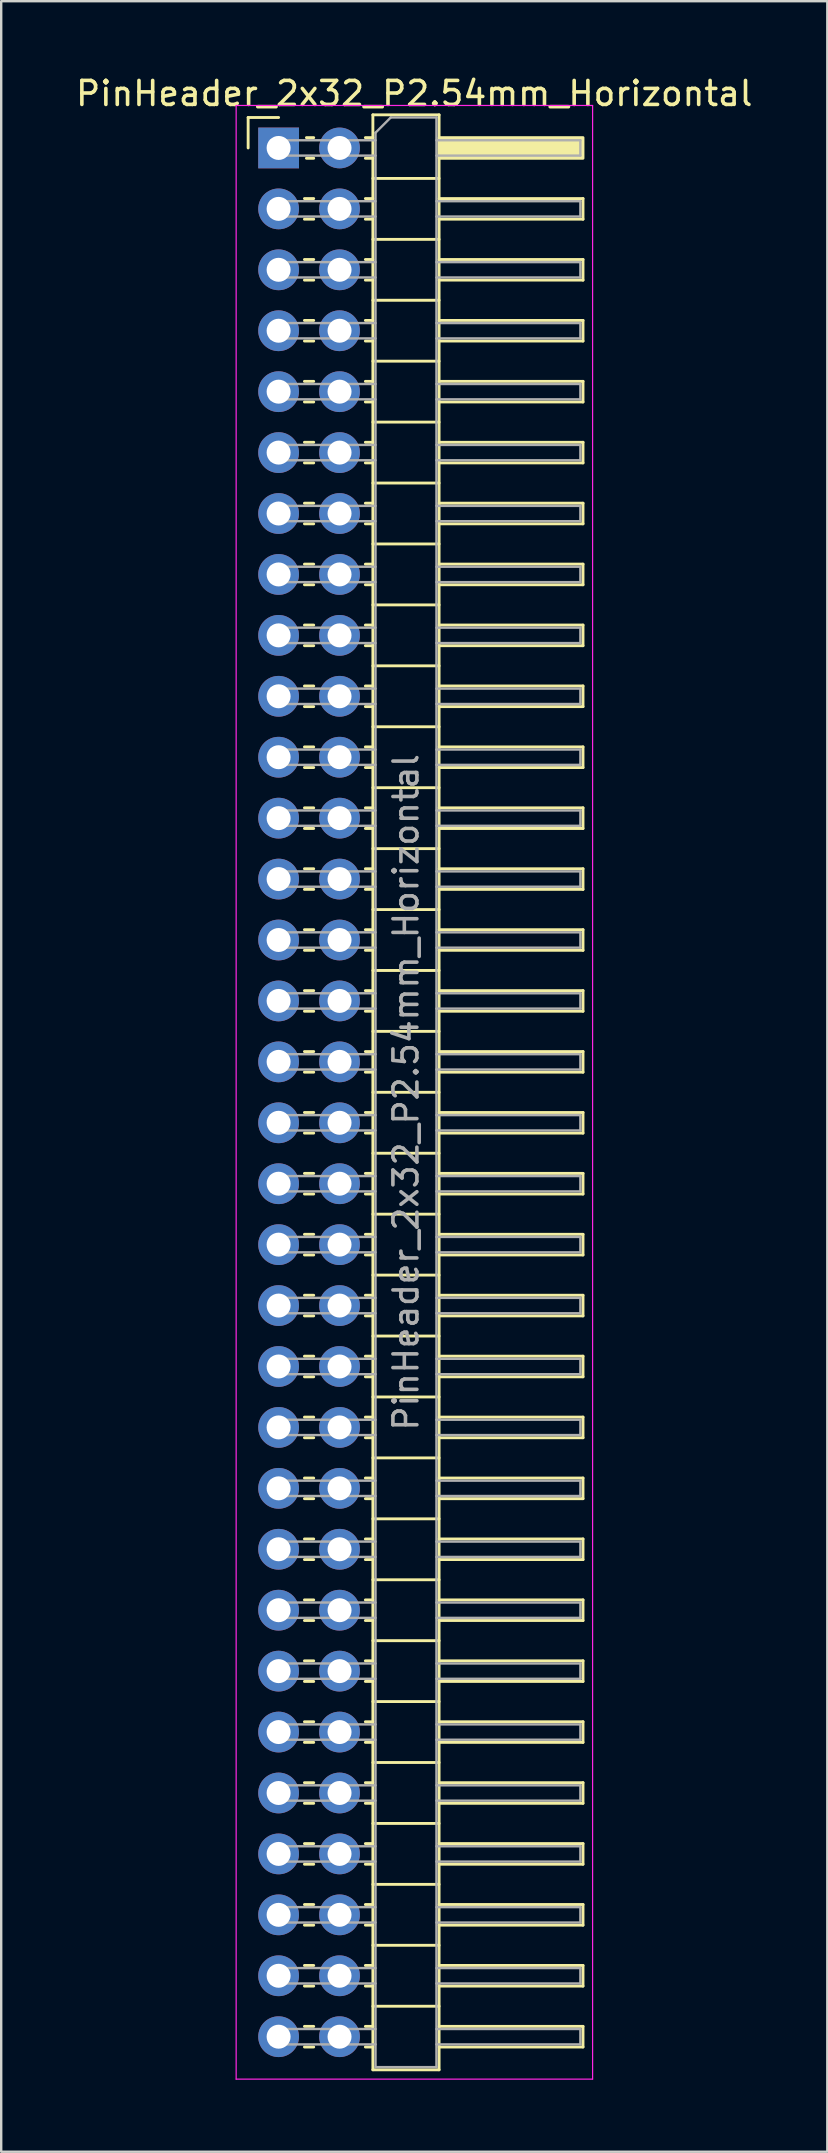
<source format=kicad_pcb>
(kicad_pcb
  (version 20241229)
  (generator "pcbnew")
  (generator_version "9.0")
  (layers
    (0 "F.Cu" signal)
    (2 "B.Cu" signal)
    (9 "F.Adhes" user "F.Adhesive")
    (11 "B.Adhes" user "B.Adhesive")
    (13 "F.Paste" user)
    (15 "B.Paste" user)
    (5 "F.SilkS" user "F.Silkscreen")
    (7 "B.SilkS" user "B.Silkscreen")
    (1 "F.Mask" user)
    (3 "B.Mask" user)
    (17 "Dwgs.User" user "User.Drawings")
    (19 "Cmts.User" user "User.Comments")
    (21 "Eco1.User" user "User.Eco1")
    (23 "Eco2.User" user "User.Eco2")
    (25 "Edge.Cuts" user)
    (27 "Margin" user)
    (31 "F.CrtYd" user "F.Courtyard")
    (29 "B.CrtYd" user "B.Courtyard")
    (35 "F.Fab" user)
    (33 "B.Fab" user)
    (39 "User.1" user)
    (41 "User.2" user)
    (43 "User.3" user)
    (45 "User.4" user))
  (footprint "PinHeader_2x32_P2.54mm_Horizontal"
    (layer "F.Cu")
    (at 8.565 3.118)
    (property "Reference" "PinHeader_2x32_P2.54mm_Horizontal" (at 5.655 -2.27 0) (layer "F.SilkS") (effects (font (size 1 1) (thickness 0.15))))
    (attr through_hole)
    (fp_line (start -1.27 -1.27) (end 0 -1.27) (stroke (width 0.12) (type solid)) (layer "F.SilkS"))
    (fp_line (start -1.27 0) (end -1.27 -1.27) (stroke (width 0.12) (type solid)) (layer "F.SilkS"))
    (fp_line (start 1.077 2.11) (end 1.463 2.11) (stroke (width 0.12) (type solid)) (layer "F.SilkS"))
    (fp_line (start 1.077 2.97) (end 1.463 2.97) (stroke (width 0.12) (type solid)) (layer "F.SilkS"))
    (fp_line (start 1.077 4.65) (end 1.463 4.65) (stroke (width 0.12) (type solid)) (layer "F.SilkS"))
    (fp_line (start 1.077 5.51) (end 1.463 5.51) (stroke (width 0.12) (type solid)) (layer "F.SilkS"))
    (fp_line (start 1.077 7.19) (end 1.463 7.19) (stroke (width 0.12) (type solid)) (layer "F.SilkS"))
    (fp_line (start 1.077 8.05) (end 1.463 8.05) (stroke (width 0.12) (type solid)) (layer "F.SilkS"))
    (fp_line (start 1.077 9.73) (end 1.463 9.73) (stroke (width 0.12) (type solid)) (layer "F.SilkS"))
    (fp_line (start 1.077 10.59) (end 1.463 10.59) (stroke (width 0.12) (type solid)) (layer "F.SilkS"))
    (fp_line (start 1.077 12.27) (end 1.463 12.27) (stroke (width 0.12) (type solid)) (layer "F.SilkS"))
    (fp_line (start 1.077 13.13) (end 1.463 13.13) (stroke (width 0.12) (type solid)) (layer "F.SilkS"))
    (fp_line (start 1.077 14.81) (end 1.463 14.81) (stroke (width 0.12) (type solid)) (layer "F.SilkS"))
    (fp_line (start 1.077 15.67) (end 1.463 15.67) (stroke (width 0.12) (type solid)) (layer "F.SilkS"))
    (fp_line (start 1.077 17.35) (end 1.463 17.35) (stroke (width 0.12) (type solid)) (layer "F.SilkS"))
    (fp_line (start 1.077 18.21) (end 1.463 18.21) (stroke (width 0.12) (type solid)) (layer "F.SilkS"))
    (fp_line (start 1.077 19.89) (end 1.463 19.89) (stroke (width 0.12) (type solid)) (layer "F.SilkS"))
    (fp_line (start 1.077 20.75) (end 1.463 20.75) (stroke (width 0.12) (type solid)) (layer "F.SilkS"))
    (fp_line (start 1.077 22.43) (end 1.463 22.43) (stroke (width 0.12) (type solid)) (layer "F.SilkS"))
    (fp_line (start 1.077 23.29) (end 1.463 23.29) (stroke (width 0.12) (type solid)) (layer "F.SilkS"))
    (fp_line (start 1.077 24.97) (end 1.463 24.97) (stroke (width 0.12) (type solid)) (layer "F.SilkS"))
    (fp_line (start 1.077 25.83) (end 1.463 25.83) (stroke (width 0.12) (type solid)) (layer "F.SilkS"))
    (fp_line (start 1.077 27.51) (end 1.463 27.51) (stroke (width 0.12) (type solid)) (layer "F.SilkS"))
    (fp_line (start 1.077 28.37) (end 1.463 28.37) (stroke (width 0.12) (type solid)) (layer "F.SilkS"))
    (fp_line (start 1.077 30.05) (end 1.463 30.05) (stroke (width 0.12) (type solid)) (layer "F.SilkS"))
    (fp_line (start 1.077 30.91) (end 1.463 30.91) (stroke (width 0.12) (type solid)) (layer "F.SilkS"))
    (fp_line (start 1.077 32.59) (end 1.463 32.59) (stroke (width 0.12) (type solid)) (layer "F.SilkS"))
    (fp_line (start 1.077 33.45) (end 1.463 33.45) (stroke (width 0.12) (type solid)) (layer "F.SilkS"))
    (fp_line (start 1.077 35.13) (end 1.463 35.13) (stroke (width 0.12) (type solid)) (layer "F.SilkS"))
    (fp_line (start 1.077 35.99) (end 1.463 35.99) (stroke (width 0.12) (type solid)) (layer "F.SilkS"))
    (fp_line (start 1.077 37.67) (end 1.463 37.67) (stroke (width 0.12) (type solid)) (layer "F.SilkS"))
    (fp_line (start 1.077 38.53) (end 1.463 38.53) (stroke (width 0.12) (type solid)) (layer "F.SilkS"))
    (fp_line (start 1.077 40.21) (end 1.463 40.21) (stroke (width 0.12) (type solid)) (layer "F.SilkS"))
    (fp_line (start 1.077 41.07) (end 1.463 41.07) (stroke (width 0.12) (type solid)) (layer "F.SilkS"))
    (fp_line (start 1.077 42.75) (end 1.463 42.75) (stroke (width 0.12) (type solid)) (layer "F.SilkS"))
    (fp_line (start 1.077 43.61) (end 1.463 43.61) (stroke (width 0.12) (type solid)) (layer "F.SilkS"))
    (fp_line (start 1.077 45.29) (end 1.463 45.29) (stroke (width 0.12) (type solid)) (layer "F.SilkS"))
    (fp_line (start 1.077 46.15) (end 1.463 46.15) (stroke (width 0.12) (type solid)) (layer "F.SilkS"))
    (fp_line (start 1.077 47.83) (end 1.463 47.83) (stroke (width 0.12) (type solid)) (layer "F.SilkS"))
    (fp_line (start 1.077 48.69) (end 1.463 48.69) (stroke (width 0.12) (type solid)) (layer "F.SilkS"))
    (fp_line (start 1.077 50.37) (end 1.463 50.37) (stroke (width 0.12) (type solid)) (layer "F.SilkS"))
    (fp_line (start 1.077 51.23) (end 1.463 51.23) (stroke (width 0.12) (type solid)) (layer "F.SilkS"))
    (fp_line (start 1.077 52.91) (end 1.463 52.91) (stroke (width 0.12) (type solid)) (layer "F.SilkS"))
    (fp_line (start 1.077 53.77) (end 1.463 53.77) (stroke (width 0.12) (type solid)) (layer "F.SilkS"))
    (fp_line (start 1.077 55.45) (end 1.463 55.45) (stroke (width 0.12) (type solid)) (layer "F.SilkS"))
    (fp_line (start 1.077 56.31) (end 1.463 56.31) (stroke (width 0.12) (type solid)) (layer "F.SilkS"))
    (fp_line (start 1.077 57.99) (end 1.463 57.99) (stroke (width 0.12) (type solid)) (layer "F.SilkS"))
    (fp_line (start 1.077 58.85) (end 1.463 58.85) (stroke (width 0.12) (type solid)) (layer "F.SilkS"))
    (fp_line (start 1.077 60.53) (end 1.463 60.53) (stroke (width 0.12) (type solid)) (layer "F.SilkS"))
    (fp_line (start 1.077 61.39) (end 1.463 61.39) (stroke (width 0.12) (type solid)) (layer "F.SilkS"))
    (fp_line (start 1.077 63.07) (end 1.463 63.07) (stroke (width 0.12) (type solid)) (layer "F.SilkS"))
    (fp_line (start 1.077 63.93) (end 1.463 63.93) (stroke (width 0.12) (type solid)) (layer "F.SilkS"))
    (fp_line (start 1.077 65.61) (end 1.463 65.61) (stroke (width 0.12) (type solid)) (layer "F.SilkS"))
    (fp_line (start 1.077 66.47) (end 1.463 66.47) (stroke (width 0.12) (type solid)) (layer "F.SilkS"))
    (fp_line (start 1.077 68.15) (end 1.463 68.15) (stroke (width 0.12) (type solid)) (layer "F.SilkS"))
    (fp_line (start 1.077 69.01) (end 1.463 69.01) (stroke (width 0.12) (type solid)) (layer "F.SilkS"))
    (fp_line (start 1.077 70.69) (end 1.463 70.69) (stroke (width 0.12) (type solid)) (layer "F.SilkS"))
    (fp_line (start 1.077 71.55) (end 1.463 71.55) (stroke (width 0.12) (type solid)) (layer "F.SilkS"))
    (fp_line (start 1.077 73.23) (end 1.463 73.23) (stroke (width 0.12) (type solid)) (layer "F.SilkS"))
    (fp_line (start 1.077 74.09) (end 1.463 74.09) (stroke (width 0.12) (type solid)) (layer "F.SilkS"))
    (fp_line (start 1.077 75.77) (end 1.463 75.77) (stroke (width 0.12) (type solid)) (layer "F.SilkS"))
    (fp_line (start 1.077 76.63) (end 1.463 76.63) (stroke (width 0.12) (type solid)) (layer "F.SilkS"))
    (fp_line (start 1.077 78.31) (end 1.463 78.31) (stroke (width 0.12) (type solid)) (layer "F.SilkS"))
    (fp_line (start 1.077 79.17) (end 1.463 79.17) (stroke (width 0.12) (type solid)) (layer "F.SilkS"))
    (fp_line (start 1.16 -0.43) (end 1.463 -0.43) (stroke (width 0.12) (type solid)) (layer "F.SilkS"))
    (fp_line (start 1.16 0.43) (end 1.463 0.43) (stroke (width 0.12) (type solid)) (layer "F.SilkS"))
    (fp_line (start 3.617 -0.43) (end 3.93 -0.43) (stroke (width 0.12) (type solid)) (layer "F.SilkS"))
    (fp_line (start 3.617 0.43) (end 3.93 0.43) (stroke (width 0.12) (type solid)) (layer "F.SilkS"))
    (fp_line (start 3.617 2.11) (end 3.93 2.11) (stroke (width 0.12) (type solid)) (layer "F.SilkS"))
    (fp_line (start 3.617 2.97) (end 3.93 2.97) (stroke (width 0.12) (type solid)) (layer "F.SilkS"))
    (fp_line (start 3.617 4.65) (end 3.93 4.65) (stroke (width 0.12) (type solid)) (layer "F.SilkS"))
    (fp_line (start 3.617 5.51) (end 3.93 5.51) (stroke (width 0.12) (type solid)) (layer "F.SilkS"))
    (fp_line (start 3.617 7.19) (end 3.93 7.19) (stroke (width 0.12) (type solid)) (layer "F.SilkS"))
    (fp_line (start 3.617 8.05) (end 3.93 8.05) (stroke (width 0.12) (type solid)) (layer "F.SilkS"))
    (fp_line (start 3.617 9.73) (end 3.93 9.73) (stroke (width 0.12) (type solid)) (layer "F.SilkS"))
    (fp_line (start 3.617 10.59) (end 3.93 10.59) (stroke (width 0.12) (type solid)) (layer "F.SilkS"))
    (fp_line (start 3.617 12.27) (end 3.93 12.27) (stroke (width 0.12) (type solid)) (layer "F.SilkS"))
    (fp_line (start 3.617 13.13) (end 3.93 13.13) (stroke (width 0.12) (type solid)) (layer "F.SilkS"))
    (fp_line (start 3.617 14.81) (end 3.93 14.81) (stroke (width 0.12) (type solid)) (layer "F.SilkS"))
    (fp_line (start 3.617 15.67) (end 3.93 15.67) (stroke (width 0.12) (type solid)) (layer "F.SilkS"))
    (fp_line (start 3.617 17.35) (end 3.93 17.35) (stroke (width 0.12) (type solid)) (layer "F.SilkS"))
    (fp_line (start 3.617 18.21) (end 3.93 18.21) (stroke (width 0.12) (type solid)) (layer "F.SilkS"))
    (fp_line (start 3.617 19.89) (end 3.93 19.89) (stroke (width 0.12) (type solid)) (layer "F.SilkS"))
    (fp_line (start 3.617 20.75) (end 3.93 20.75) (stroke (width 0.12) (type solid)) (layer "F.SilkS"))
    (fp_line (start 3.617 22.43) (end 3.93 22.43) (stroke (width 0.12) (type solid)) (layer "F.SilkS"))
    (fp_line (start 3.617 23.29) (end 3.93 23.29) (stroke (width 0.12) (type solid)) (layer "F.SilkS"))
    (fp_line (start 3.617 24.97) (end 3.93 24.97) (stroke (width 0.12) (type solid)) (layer "F.SilkS"))
    (fp_line (start 3.617 25.83) (end 3.93 25.83) (stroke (width 0.12) (type solid)) (layer "F.SilkS"))
    (fp_line (start 3.617 27.51) (end 3.93 27.51) (stroke (width 0.12) (type solid)) (layer "F.SilkS"))
    (fp_line (start 3.617 28.37) (end 3.93 28.37) (stroke (width 0.12) (type solid)) (layer "F.SilkS"))
    (fp_line (start 3.617 30.05) (end 3.93 30.05) (stroke (width 0.12) (type solid)) (layer "F.SilkS"))
    (fp_line (start 3.617 30.91) (end 3.93 30.91) (stroke (width 0.12) (type solid)) (layer "F.SilkS"))
    (fp_line (start 3.617 32.59) (end 3.93 32.59) (stroke (width 0.12) (type solid)) (layer "F.SilkS"))
    (fp_line (start 3.617 33.45) (end 3.93 33.45) (stroke (width 0.12) (type solid)) (layer "F.SilkS"))
    (fp_line (start 3.617 35.13) (end 3.93 35.13) (stroke (width 0.12) (type solid)) (layer "F.SilkS"))
    (fp_line (start 3.617 35.99) (end 3.93 35.99) (stroke (width 0.12) (type solid)) (layer "F.SilkS"))
    (fp_line (start 3.617 37.67) (end 3.93 37.67) (stroke (width 0.12) (type solid)) (layer "F.SilkS"))
    (fp_line (start 3.617 38.53) (end 3.93 38.53) (stroke (width 0.12) (type solid)) (layer "F.SilkS"))
    (fp_line (start 3.617 40.21) (end 3.93 40.21) (stroke (width 0.12) (type solid)) (layer "F.SilkS"))
    (fp_line (start 3.617 41.07) (end 3.93 41.07) (stroke (width 0.12) (type solid)) (layer "F.SilkS"))
    (fp_line (start 3.617 42.75) (end 3.93 42.75) (stroke (width 0.12) (type solid)) (layer "F.SilkS"))
    (fp_line (start 3.617 43.61) (end 3.93 43.61) (stroke (width 0.12) (type solid)) (layer "F.SilkS"))
    (fp_line (start 3.617 45.29) (end 3.93 45.29) (stroke (width 0.12) (type solid)) (layer "F.SilkS"))
    (fp_line (start 3.617 46.15) (end 3.93 46.15) (stroke (width 0.12) (type solid)) (layer "F.SilkS"))
    (fp_line (start 3.617 47.83) (end 3.93 47.83) (stroke (width 0.12) (type solid)) (layer "F.SilkS"))
    (fp_line (start 3.617 48.69) (end 3.93 48.69) (stroke (width 0.12) (type solid)) (layer "F.SilkS"))
    (fp_line (start 3.617 50.37) (end 3.93 50.37) (stroke (width 0.12) (type solid)) (layer "F.SilkS"))
    (fp_line (start 3.617 51.23) (end 3.93 51.23) (stroke (width 0.12) (type solid)) (layer "F.SilkS"))
    (fp_line (start 3.617 52.91) (end 3.93 52.91) (stroke (width 0.12) (type solid)) (layer "F.SilkS"))
    (fp_line (start 3.617 53.77) (end 3.93 53.77) (stroke (width 0.12) (type solid)) (layer "F.SilkS"))
    (fp_line (start 3.617 55.45) (end 3.93 55.45) (stroke (width 0.12) (type solid)) (layer "F.SilkS"))
    (fp_line (start 3.617 56.31) (end 3.93 56.31) (stroke (width 0.12) (type solid)) (layer "F.SilkS"))
    (fp_line (start 3.617 57.99) (end 3.93 57.99) (stroke (width 0.12) (type solid)) (layer "F.SilkS"))
    (fp_line (start 3.617 58.85) (end 3.93 58.85) (stroke (width 0.12) (type solid)) (layer "F.SilkS"))
    (fp_line (start 3.617 60.53) (end 3.93 60.53) (stroke (width 0.12) (type solid)) (layer "F.SilkS"))
    (fp_line (start 3.617 61.39) (end 3.93 61.39) (stroke (width 0.12) (type solid)) (layer "F.SilkS"))
    (fp_line (start 3.617 63.07) (end 3.93 63.07) (stroke (width 0.12) (type solid)) (layer "F.SilkS"))
    (fp_line (start 3.617 63.93) (end 3.93 63.93) (stroke (width 0.12) (type solid)) (layer "F.SilkS"))
    (fp_line (start 3.617 65.61) (end 3.93 65.61) (stroke (width 0.12) (type solid)) (layer "F.SilkS"))
    (fp_line (start 3.617 66.47) (end 3.93 66.47) (stroke (width 0.12) (type solid)) (layer "F.SilkS"))
    (fp_line (start 3.617 68.15) (end 3.93 68.15) (stroke (width 0.12) (type solid)) (layer "F.SilkS"))
    (fp_line (start 3.617 69.01) (end 3.93 69.01) (stroke (width 0.12) (type solid)) (layer "F.SilkS"))
    (fp_line (start 3.617 70.69) (end 3.93 70.69) (stroke (width 0.12) (type solid)) (layer "F.SilkS"))
    (fp_line (start 3.617 71.55) (end 3.93 71.55) (stroke (width 0.12) (type solid)) (layer "F.SilkS"))
    (fp_line (start 3.617 73.23) (end 3.93 73.23) (stroke (width 0.12) (type solid)) (layer "F.SilkS"))
    (fp_line (start 3.617 74.09) (end 3.93 74.09) (stroke (width 0.12) (type solid)) (layer "F.SilkS"))
    (fp_line (start 3.617 75.77) (end 3.93 75.77) (stroke (width 0.12) (type solid)) (layer "F.SilkS"))
    (fp_line (start 3.617 76.63) (end 3.93 76.63) (stroke (width 0.12) (type solid)) (layer "F.SilkS"))
    (fp_line (start 3.617 78.31) (end 3.93 78.31) (stroke (width 0.12) (type solid)) (layer "F.SilkS"))
    (fp_line (start 3.617 79.17) (end 3.93 79.17) (stroke (width 0.12) (type solid)) (layer "F.SilkS"))
    (fp_line (start 3.93 -1.38) (end 3.93 80.12) (stroke (width 0.12) (type solid)) (layer "F.SilkS"))
    (fp_line (start 3.93 1.27) (end 6.69 1.27) (stroke (width 0.12) (type solid)) (layer "F.SilkS"))
    (fp_line (start 3.93 3.81) (end 6.69 3.81) (stroke (width 0.12) (type solid)) (layer "F.SilkS"))
    (fp_line (start 3.93 6.35) (end 6.69 6.35) (stroke (width 0.12) (type solid)) (layer "F.SilkS"))
    (fp_line (start 3.93 8.89) (end 6.69 8.89) (stroke (width 0.12) (type solid)) (layer "F.SilkS"))
    (fp_line (start 3.93 11.43) (end 6.69 11.43) (stroke (width 0.12) (type solid)) (layer "F.SilkS"))
    (fp_line (start 3.93 13.97) (end 6.69 13.97) (stroke (width 0.12) (type solid)) (layer "F.SilkS"))
    (fp_line (start 3.93 16.51) (end 6.69 16.51) (stroke (width 0.12) (type solid)) (layer "F.SilkS"))
    (fp_line (start 3.93 19.05) (end 6.69 19.05) (stroke (width 0.12) (type solid)) (layer "F.SilkS"))
    (fp_line (start 3.93 21.59) (end 6.69 21.59) (stroke (width 0.12) (type solid)) (layer "F.SilkS"))
    (fp_line (start 3.93 24.13) (end 6.69 24.13) (stroke (width 0.12) (type solid)) (layer "F.SilkS"))
    (fp_line (start 3.93 26.67) (end 6.69 26.67) (stroke (width 0.12) (type solid)) (layer "F.SilkS"))
    (fp_line (start 3.93 29.21) (end 6.69 29.21) (stroke (width 0.12) (type solid)) (layer "F.SilkS"))
    (fp_line (start 3.93 31.75) (end 6.69 31.75) (stroke (width 0.12) (type solid)) (layer "F.SilkS"))
    (fp_line (start 3.93 34.29) (end 6.69 34.29) (stroke (width 0.12) (type solid)) (layer "F.SilkS"))
    (fp_line (start 3.93 36.83) (end 6.69 36.83) (stroke (width 0.12) (type solid)) (layer "F.SilkS"))
    (fp_line (start 3.93 39.37) (end 6.69 39.37) (stroke (width 0.12) (type solid)) (layer "F.SilkS"))
    (fp_line (start 3.93 41.91) (end 6.69 41.91) (stroke (width 0.12) (type solid)) (layer "F.SilkS"))
    (fp_line (start 3.93 44.45) (end 6.69 44.45) (stroke (width 0.12) (type solid)) (layer "F.SilkS"))
    (fp_line (start 3.93 46.99) (end 6.69 46.99) (stroke (width 0.12) (type solid)) (layer "F.SilkS"))
    (fp_line (start 3.93 49.53) (end 6.69 49.53) (stroke (width 0.12) (type solid)) (layer "F.SilkS"))
    (fp_line (start 3.93 52.07) (end 6.69 52.07) (stroke (width 0.12) (type solid)) (layer "F.SilkS"))
    (fp_line (start 3.93 54.61) (end 6.69 54.61) (stroke (width 0.12) (type solid)) (layer "F.SilkS"))
    (fp_line (start 3.93 57.15) (end 6.69 57.15) (stroke (width 0.12) (type solid)) (layer "F.SilkS"))
    (fp_line (start 3.93 59.69) (end 6.69 59.69) (stroke (width 0.12) (type solid)) (layer "F.SilkS"))
    (fp_line (start 3.93 62.23) (end 6.69 62.23) (stroke (width 0.12) (type solid)) (layer "F.SilkS"))
    (fp_line (start 3.93 64.77) (end 6.69 64.77) (stroke (width 0.12) (type solid)) (layer "F.SilkS"))
    (fp_line (start 3.93 67.31) (end 6.69 67.31) (stroke (width 0.12) (type solid)) (layer "F.SilkS"))
    (fp_line (start 3.93 69.85) (end 6.69 69.85) (stroke (width 0.12) (type solid)) (layer "F.SilkS"))
    (fp_line (start 3.93 72.39) (end 6.69 72.39) (stroke (width 0.12) (type solid)) (layer "F.SilkS"))
    (fp_line (start 3.93 74.93) (end 6.69 74.93) (stroke (width 0.12) (type solid)) (layer "F.SilkS"))
    (fp_line (start 3.93 77.47) (end 6.69 77.47) (stroke (width 0.12) (type solid)) (layer "F.SilkS"))
    (fp_line (start 3.93 80.12) (end 6.69 80.12) (stroke (width 0.12) (type solid)) (layer "F.SilkS"))
    (fp_line (start 6.69 -1.38) (end 3.93 -1.38) (stroke (width 0.12) (type solid)) (layer "F.SilkS"))
    (fp_line (start 6.69 2.11) (end 12.69 2.11) (stroke (width 0.12) (type solid)) (layer "F.SilkS"))
    (fp_line (start 6.69 4.65) (end 12.69 4.65) (stroke (width 0.12) (type solid)) (layer "F.SilkS"))
    (fp_line (start 6.69 7.19) (end 12.69 7.19) (stroke (width 0.12) (type solid)) (layer "F.SilkS"))
    (fp_line (start 6.69 9.73) (end 12.69 9.73) (stroke (width 0.12) (type solid)) (layer "F.SilkS"))
    (fp_line (start 6.69 12.27) (end 12.69 12.27) (stroke (width 0.12) (type solid)) (layer "F.SilkS"))
    (fp_line (start 6.69 14.81) (end 12.69 14.81) (stroke (width 0.12) (type solid)) (layer "F.SilkS"))
    (fp_line (start 6.69 17.35) (end 12.69 17.35) (stroke (width 0.12) (type solid)) (layer "F.SilkS"))
    (fp_line (start 6.69 19.89) (end 12.69 19.89) (stroke (width 0.12) (type solid)) (layer "F.SilkS"))
    (fp_line (start 6.69 22.43) (end 12.69 22.43) (stroke (width 0.12) (type solid)) (layer "F.SilkS"))
    (fp_line (start 6.69 24.97) (end 12.69 24.97) (stroke (width 0.12) (type solid)) (layer "F.SilkS"))
    (fp_line (start 6.69 27.51) (end 12.69 27.51) (stroke (width 0.12) (type solid)) (layer "F.SilkS"))
    (fp_line (start 6.69 30.05) (end 12.69 30.05) (stroke (width 0.12) (type solid)) (layer "F.SilkS"))
    (fp_line (start 6.69 32.59) (end 12.69 32.59) (stroke (width 0.12) (type solid)) (layer "F.SilkS"))
    (fp_line (start 6.69 35.13) (end 12.69 35.13) (stroke (width 0.12) (type solid)) (layer "F.SilkS"))
    (fp_line (start 6.69 37.67) (end 12.69 37.67) (stroke (width 0.12) (type solid)) (layer "F.SilkS"))
    (fp_line (start 6.69 40.21) (end 12.69 40.21) (stroke (width 0.12) (type solid)) (layer "F.SilkS"))
    (fp_line (start 6.69 42.75) (end 12.69 42.75) (stroke (width 0.12) (type solid)) (layer "F.SilkS"))
    (fp_line (start 6.69 45.29) (end 12.69 45.29) (stroke (width 0.12) (type solid)) (layer "F.SilkS"))
    (fp_line (start 6.69 47.83) (end 12.69 47.83) (stroke (width 0.12) (type solid)) (layer "F.SilkS"))
    (fp_line (start 6.69 50.37) (end 12.69 50.37) (stroke (width 0.12) (type solid)) (layer "F.SilkS"))
    (fp_line (start 6.69 52.91) (end 12.69 52.91) (stroke (width 0.12) (type solid)) (layer "F.SilkS"))
    (fp_line (start 6.69 55.45) (end 12.69 55.45) (stroke (width 0.12) (type solid)) (layer "F.SilkS"))
    (fp_line (start 6.69 57.99) (end 12.69 57.99) (stroke (width 0.12) (type solid)) (layer "F.SilkS"))
    (fp_line (start 6.69 60.53) (end 12.69 60.53) (stroke (width 0.12) (type solid)) (layer "F.SilkS"))
    (fp_line (start 6.69 63.07) (end 12.69 63.07) (stroke (width 0.12) (type solid)) (layer "F.SilkS"))
    (fp_line (start 6.69 65.61) (end 12.69 65.61) (stroke (width 0.12) (type solid)) (layer "F.SilkS"))
    (fp_line (start 6.69 68.15) (end 12.69 68.15) (stroke (width 0.12) (type solid)) (layer "F.SilkS"))
    (fp_line (start 6.69 70.69) (end 12.69 70.69) (stroke (width 0.12) (type solid)) (layer "F.SilkS"))
    (fp_line (start 6.69 73.23) (end 12.69 73.23) (stroke (width 0.12) (type solid)) (layer "F.SilkS"))
    (fp_line (start 6.69 75.77) (end 12.69 75.77) (stroke (width 0.12) (type solid)) (layer "F.SilkS"))
    (fp_line (start 6.69 78.31) (end 12.69 78.31) (stroke (width 0.12) (type solid)) (layer "F.SilkS"))
    (fp_line (start 6.69 80.12) (end 6.69 -1.38) (stroke (width 0.12) (type solid)) (layer "F.SilkS"))
    (fp_line (start 12.69 2.11) (end 12.69 2.97) (stroke (width 0.12) (type solid)) (layer "F.SilkS"))
    (fp_line (start 12.69 2.97) (end 6.69 2.97) (stroke (width 0.12) (type solid)) (layer "F.SilkS"))
    (fp_line (start 12.69 4.65) (end 12.69 5.51) (stroke (width 0.12) (type solid)) (layer "F.SilkS"))
    (fp_line (start 12.69 5.51) (end 6.69 5.51) (stroke (width 0.12) (type solid)) (layer "F.SilkS"))
    (fp_line (start 12.69 7.19) (end 12.69 8.05) (stroke (width 0.12) (type solid)) (layer "F.SilkS"))
    (fp_line (start 12.69 8.05) (end 6.69 8.05) (stroke (width 0.12) (type solid)) (layer "F.SilkS"))
    (fp_line (start 12.69 9.73) (end 12.69 10.59) (stroke (width 0.12) (type solid)) (layer "F.SilkS"))
    (fp_line (start 12.69 10.59) (end 6.69 10.59) (stroke (width 0.12) (type solid)) (layer "F.SilkS"))
    (fp_line (start 12.69 12.27) (end 12.69 13.13) (stroke (width 0.12) (type solid)) (layer "F.SilkS"))
    (fp_line (start 12.69 13.13) (end 6.69 13.13) (stroke (width 0.12) (type solid)) (layer "F.SilkS"))
    (fp_line (start 12.69 14.81) (end 12.69 15.67) (stroke (width 0.12) (type solid)) (layer "F.SilkS"))
    (fp_line (start 12.69 15.67) (end 6.69 15.67) (stroke (width 0.12) (type solid)) (layer "F.SilkS"))
    (fp_line (start 12.69 17.35) (end 12.69 18.21) (stroke (width 0.12) (type solid)) (layer "F.SilkS"))
    (fp_line (start 12.69 18.21) (end 6.69 18.21) (stroke (width 0.12) (type solid)) (layer "F.SilkS"))
    (fp_line (start 12.69 19.89) (end 12.69 20.75) (stroke (width 0.12) (type solid)) (layer "F.SilkS"))
    (fp_line (start 12.69 20.75) (end 6.69 20.75) (stroke (width 0.12) (type solid)) (layer "F.SilkS"))
    (fp_line (start 12.69 22.43) (end 12.69 23.29) (stroke (width 0.12) (type solid)) (layer "F.SilkS"))
    (fp_line (start 12.69 23.29) (end 6.69 23.29) (stroke (width 0.12) (type solid)) (layer "F.SilkS"))
    (fp_line (start 12.69 24.97) (end 12.69 25.83) (stroke (width 0.12) (type solid)) (layer "F.SilkS"))
    (fp_line (start 12.69 25.83) (end 6.69 25.83) (stroke (width 0.12) (type solid)) (layer "F.SilkS"))
    (fp_line (start 12.69 27.51) (end 12.69 28.37) (stroke (width 0.12) (type solid)) (layer "F.SilkS"))
    (fp_line (start 12.69 28.37) (end 6.69 28.37) (stroke (width 0.12) (type solid)) (layer "F.SilkS"))
    (fp_line (start 12.69 30.05) (end 12.69 30.91) (stroke (width 0.12) (type solid)) (layer "F.SilkS"))
    (fp_line (start 12.69 30.91) (end 6.69 30.91) (stroke (width 0.12) (type solid)) (layer "F.SilkS"))
    (fp_line (start 12.69 32.59) (end 12.69 33.45) (stroke (width 0.12) (type solid)) (layer "F.SilkS"))
    (fp_line (start 12.69 33.45) (end 6.69 33.45) (stroke (width 0.12) (type solid)) (layer "F.SilkS"))
    (fp_line (start 12.69 35.13) (end 12.69 35.99) (stroke (width 0.12) (type solid)) (layer "F.SilkS"))
    (fp_line (start 12.69 35.99) (end 6.69 35.99) (stroke (width 0.12) (type solid)) (layer "F.SilkS"))
    (fp_line (start 12.69 37.67) (end 12.69 38.53) (stroke (width 0.12) (type solid)) (layer "F.SilkS"))
    (fp_line (start 12.69 38.53) (end 6.69 38.53) (stroke (width 0.12) (type solid)) (layer "F.SilkS"))
    (fp_line (start 12.69 40.21) (end 12.69 41.07) (stroke (width 0.12) (type solid)) (layer "F.SilkS"))
    (fp_line (start 12.69 41.07) (end 6.69 41.07) (stroke (width 0.12) (type solid)) (layer "F.SilkS"))
    (fp_line (start 12.69 42.75) (end 12.69 43.61) (stroke (width 0.12) (type solid)) (layer "F.SilkS"))
    (fp_line (start 12.69 43.61) (end 6.69 43.61) (stroke (width 0.12) (type solid)) (layer "F.SilkS"))
    (fp_line (start 12.69 45.29) (end 12.69 46.15) (stroke (width 0.12) (type solid)) (layer "F.SilkS"))
    (fp_line (start 12.69 46.15) (end 6.69 46.15) (stroke (width 0.12) (type solid)) (layer "F.SilkS"))
    (fp_line (start 12.69 47.83) (end 12.69 48.69) (stroke (width 0.12) (type solid)) (layer "F.SilkS"))
    (fp_line (start 12.69 48.69) (end 6.69 48.69) (stroke (width 0.12) (type solid)) (layer "F.SilkS"))
    (fp_line (start 12.69 50.37) (end 12.69 51.23) (stroke (width 0.12) (type solid)) (layer "F.SilkS"))
    (fp_line (start 12.69 51.23) (end 6.69 51.23) (stroke (width 0.12) (type solid)) (layer "F.SilkS"))
    (fp_line (start 12.69 52.91) (end 12.69 53.77) (stroke (width 0.12) (type solid)) (layer "F.SilkS"))
    (fp_line (start 12.69 53.77) (end 6.69 53.77) (stroke (width 0.12) (type solid)) (layer "F.SilkS"))
    (fp_line (start 12.69 55.45) (end 12.69 56.31) (stroke (width 0.12) (type solid)) (layer "F.SilkS"))
    (fp_line (start 12.69 56.31) (end 6.69 56.31) (stroke (width 0.12) (type solid)) (layer "F.SilkS"))
    (fp_line (start 12.69 57.99) (end 12.69 58.85) (stroke (width 0.12) (type solid)) (layer "F.SilkS"))
    (fp_line (start 12.69 58.85) (end 6.69 58.85) (stroke (width 0.12) (type solid)) (layer "F.SilkS"))
    (fp_line (start 12.69 60.53) (end 12.69 61.39) (stroke (width 0.12) (type solid)) (layer "F.SilkS"))
    (fp_line (start 12.69 61.39) (end 6.69 61.39) (stroke (width 0.12) (type solid)) (layer "F.SilkS"))
    (fp_line (start 12.69 63.07) (end 12.69 63.93) (stroke (width 0.12) (type solid)) (layer "F.SilkS"))
    (fp_line (start 12.69 63.93) (end 6.69 63.93) (stroke (width 0.12) (type solid)) (layer "F.SilkS"))
    (fp_line (start 12.69 65.61) (end 12.69 66.47) (stroke (width 0.12) (type solid)) (layer "F.SilkS"))
    (fp_line (start 12.69 66.47) (end 6.69 66.47) (stroke (width 0.12) (type solid)) (layer "F.SilkS"))
    (fp_line (start 12.69 68.15) (end 12.69 69.01) (stroke (width 0.12) (type solid)) (layer "F.SilkS"))
    (fp_line (start 12.69 69.01) (end 6.69 69.01) (stroke (width 0.12) (type solid)) (layer "F.SilkS"))
    (fp_line (start 12.69 70.69) (end 12.69 71.55) (stroke (width 0.12) (type solid)) (layer "F.SilkS"))
    (fp_line (start 12.69 71.55) (end 6.69 71.55) (stroke (width 0.12) (type solid)) (layer "F.SilkS"))
    (fp_line (start 12.69 73.23) (end 12.69 74.09) (stroke (width 0.12) (type solid)) (layer "F.SilkS"))
    (fp_line (start 12.69 74.09) (end 6.69 74.09) (stroke (width 0.12) (type solid)) (layer "F.SilkS"))
    (fp_line (start 12.69 75.77) (end 12.69 76.63) (stroke (width 0.12) (type solid)) (layer "F.SilkS"))
    (fp_line (start 12.69 76.63) (end 6.69 76.63) (stroke (width 0.12) (type solid)) (layer "F.SilkS"))
    (fp_line (start 12.69 78.31) (end 12.69 79.17) (stroke (width 0.12) (type solid)) (layer "F.SilkS"))
    (fp_line (start 12.69 79.17) (end 6.69 79.17) (stroke (width 0.12) (type solid)) (layer "F.SilkS"))
    (fp_rect (start 6.69 -0.43) (end 12.69 0.43) (stroke (width 0.12) (type solid)) (fill yes) (layer "F.SilkS"))
    (fp_line (start -1.77 -1.77) (end -1.77 80.51) (stroke (width 0.05) (type solid)) (layer "F.CrtYd"))
    (fp_line (start -1.77 80.51) (end 13.09 80.51) (stroke (width 0.05) (type solid)) (layer "F.CrtYd"))
    (fp_line (start 13.09 -1.77) (end -1.77 -1.77) (stroke (width 0.05) (type solid)) (layer "F.CrtYd"))
    (fp_line (start 13.09 80.51) (end 13.09 -1.77) (stroke (width 0.05) (type solid)) (layer "F.CrtYd"))
    (fp_line (start -0.32 -0.32) (end -0.32 0.32) (stroke (width 0.1) (type solid)) (layer "F.Fab"))
    (fp_line (start -0.32 -0.32) (end 4.04 -0.32) (stroke (width 0.1) (type solid)) (layer "F.Fab"))
    (fp_line (start -0.32 0.32) (end 4.04 0.32) (stroke (width 0.1) (type solid)) (layer "F.Fab"))
    (fp_line (start -0.32 2.22) (end -0.32 2.86) (stroke (width 0.1) (type solid)) (layer "F.Fab"))
    (fp_line (start -0.32 2.22) (end 4.04 2.22) (stroke (width 0.1) (type solid)) (layer "F.Fab"))
    (fp_line (start -0.32 2.86) (end 4.04 2.86) (stroke (width 0.1) (type solid)) (layer "F.Fab"))
    (fp_line (start -0.32 4.76) (end -0.32 5.4) (stroke (width 0.1) (type solid)) (layer "F.Fab"))
    (fp_line (start -0.32 4.76) (end 4.04 4.76) (stroke (width 0.1) (type solid)) (layer "F.Fab"))
    (fp_line (start -0.32 5.4) (end 4.04 5.4) (stroke (width 0.1) (type solid)) (layer "F.Fab"))
    (fp_line (start -0.32 7.3) (end -0.32 7.94) (stroke (width 0.1) (type solid)) (layer "F.Fab"))
    (fp_line (start -0.32 7.3) (end 4.04 7.3) (stroke (width 0.1) (type solid)) (layer "F.Fab"))
    (fp_line (start -0.32 7.94) (end 4.04 7.94) (stroke (width 0.1) (type solid)) (layer "F.Fab"))
    (fp_line (start -0.32 9.84) (end -0.32 10.48) (stroke (width 0.1) (type solid)) (layer "F.Fab"))
    (fp_line (start -0.32 9.84) (end 4.04 9.84) (stroke (width 0.1) (type solid)) (layer "F.Fab"))
    (fp_line (start -0.32 10.48) (end 4.04 10.48) (stroke (width 0.1) (type solid)) (layer "F.Fab"))
    (fp_line (start -0.32 12.38) (end -0.32 13.02) (stroke (width 0.1) (type solid)) (layer "F.Fab"))
    (fp_line (start -0.32 12.38) (end 4.04 12.38) (stroke (width 0.1) (type solid)) (layer "F.Fab"))
    (fp_line (start -0.32 13.02) (end 4.04 13.02) (stroke (width 0.1) (type solid)) (layer "F.Fab"))
    (fp_line (start -0.32 14.92) (end -0.32 15.56) (stroke (width 0.1) (type solid)) (layer "F.Fab"))
    (fp_line (start -0.32 14.92) (end 4.04 14.92) (stroke (width 0.1) (type solid)) (layer "F.Fab"))
    (fp_line (start -0.32 15.56) (end 4.04 15.56) (stroke (width 0.1) (type solid)) (layer "F.Fab"))
    (fp_line (start -0.32 17.46) (end -0.32 18.1) (stroke (width 0.1) (type solid)) (layer "F.Fab"))
    (fp_line (start -0.32 17.46) (end 4.04 17.46) (stroke (width 0.1) (type solid)) (layer "F.Fab"))
    (fp_line (start -0.32 18.1) (end 4.04 18.1) (stroke (width 0.1) (type solid)) (layer "F.Fab"))
    (fp_line (start -0.32 20) (end -0.32 20.64) (stroke (width 0.1) (type solid)) (layer "F.Fab"))
    (fp_line (start -0.32 20) (end 4.04 20) (stroke (width 0.1) (type solid)) (layer "F.Fab"))
    (fp_line (start -0.32 20.64) (end 4.04 20.64) (stroke (width 0.1) (type solid)) (layer "F.Fab"))
    (fp_line (start -0.32 22.54) (end -0.32 23.18) (stroke (width 0.1) (type solid)) (layer "F.Fab"))
    (fp_line (start -0.32 22.54) (end 4.04 22.54) (stroke (width 0.1) (type solid)) (layer "F.Fab"))
    (fp_line (start -0.32 23.18) (end 4.04 23.18) (stroke (width 0.1) (type solid)) (layer "F.Fab"))
    (fp_line (start -0.32 25.08) (end -0.32 25.72) (stroke (width 0.1) (type solid)) (layer "F.Fab"))
    (fp_line (start -0.32 25.08) (end 4.04 25.08) (stroke (width 0.1) (type solid)) (layer "F.Fab"))
    (fp_line (start -0.32 25.72) (end 4.04 25.72) (stroke (width 0.1) (type solid)) (layer "F.Fab"))
    (fp_line (start -0.32 27.62) (end -0.32 28.26) (stroke (width 0.1) (type solid)) (layer "F.Fab"))
    (fp_line (start -0.32 27.62) (end 4.04 27.62) (stroke (width 0.1) (type solid)) (layer "F.Fab"))
    (fp_line (start -0.32 28.26) (end 4.04 28.26) (stroke (width 0.1) (type solid)) (layer "F.Fab"))
    (fp_line (start -0.32 30.16) (end -0.32 30.8) (stroke (width 0.1) (type solid)) (layer "F.Fab"))
    (fp_line (start -0.32 30.16) (end 4.04 30.16) (stroke (width 0.1) (type solid)) (layer "F.Fab"))
    (fp_line (start -0.32 30.8) (end 4.04 30.8) (stroke (width 0.1) (type solid)) (layer "F.Fab"))
    (fp_line (start -0.32 32.7) (end -0.32 33.34) (stroke (width 0.1) (type solid)) (layer "F.Fab"))
    (fp_line (start -0.32 32.7) (end 4.04 32.7) (stroke (width 0.1) (type solid)) (layer "F.Fab"))
    (fp_line (start -0.32 33.34) (end 4.04 33.34) (stroke (width 0.1) (type solid)) (layer "F.Fab"))
    (fp_line (start -0.32 35.24) (end -0.32 35.88) (stroke (width 0.1) (type solid)) (layer "F.Fab"))
    (fp_line (start -0.32 35.24) (end 4.04 35.24) (stroke (width 0.1) (type solid)) (layer "F.Fab"))
    (fp_line (start -0.32 35.88) (end 4.04 35.88) (stroke (width 0.1) (type solid)) (layer "F.Fab"))
    (fp_line (start -0.32 37.78) (end -0.32 38.42) (stroke (width 0.1) (type solid)) (layer "F.Fab"))
    (fp_line (start -0.32 37.78) (end 4.04 37.78) (stroke (width 0.1) (type solid)) (layer "F.Fab"))
    (fp_line (start -0.32 38.42) (end 4.04 38.42) (stroke (width 0.1) (type solid)) (layer "F.Fab"))
    (fp_line (start -0.32 40.32) (end -0.32 40.96) (stroke (width 0.1) (type solid)) (layer "F.Fab"))
    (fp_line (start -0.32 40.32) (end 4.04 40.32) (stroke (width 0.1) (type solid)) (layer "F.Fab"))
    (fp_line (start -0.32 40.96) (end 4.04 40.96) (stroke (width 0.1) (type solid)) (layer "F.Fab"))
    (fp_line (start -0.32 42.86) (end -0.32 43.5) (stroke (width 0.1) (type solid)) (layer "F.Fab"))
    (fp_line (start -0.32 42.86) (end 4.04 42.86) (stroke (width 0.1) (type solid)) (layer "F.Fab"))
    (fp_line (start -0.32 43.5) (end 4.04 43.5) (stroke (width 0.1) (type solid)) (layer "F.Fab"))
    (fp_line (start -0.32 45.4) (end -0.32 46.04) (stroke (width 0.1) (type solid)) (layer "F.Fab"))
    (fp_line (start -0.32 45.4) (end 4.04 45.4) (stroke (width 0.1) (type solid)) (layer "F.Fab"))
    (fp_line (start -0.32 46.04) (end 4.04 46.04) (stroke (width 0.1) (type solid)) (layer "F.Fab"))
    (fp_line (start -0.32 47.94) (end -0.32 48.58) (stroke (width 0.1) (type solid)) (layer "F.Fab"))
    (fp_line (start -0.32 47.94) (end 4.04 47.94) (stroke (width 0.1) (type solid)) (layer "F.Fab"))
    (fp_line (start -0.32 48.58) (end 4.04 48.58) (stroke (width 0.1) (type solid)) (layer "F.Fab"))
    (fp_line (start -0.32 50.48) (end -0.32 51.12) (stroke (width 0.1) (type solid)) (layer "F.Fab"))
    (fp_line (start -0.32 50.48) (end 4.04 50.48) (stroke (width 0.1) (type solid)) (layer "F.Fab"))
    (fp_line (start -0.32 51.12) (end 4.04 51.12) (stroke (width 0.1) (type solid)) (layer "F.Fab"))
    (fp_line (start -0.32 53.02) (end -0.32 53.66) (stroke (width 0.1) (type solid)) (layer "F.Fab"))
    (fp_line (start -0.32 53.02) (end 4.04 53.02) (stroke (width 0.1) (type solid)) (layer "F.Fab"))
    (fp_line (start -0.32 53.66) (end 4.04 53.66) (stroke (width 0.1) (type solid)) (layer "F.Fab"))
    (fp_line (start -0.32 55.56) (end -0.32 56.2) (stroke (width 0.1) (type solid)) (layer "F.Fab"))
    (fp_line (start -0.32 55.56) (end 4.04 55.56) (stroke (width 0.1) (type solid)) (layer "F.Fab"))
    (fp_line (start -0.32 56.2) (end 4.04 56.2) (stroke (width 0.1) (type solid)) (layer "F.Fab"))
    (fp_line (start -0.32 58.1) (end -0.32 58.74) (stroke (width 0.1) (type solid)) (layer "F.Fab"))
    (fp_line (start -0.32 58.1) (end 4.04 58.1) (stroke (width 0.1) (type solid)) (layer "F.Fab"))
    (fp_line (start -0.32 58.74) (end 4.04 58.74) (stroke (width 0.1) (type solid)) (layer "F.Fab"))
    (fp_line (start -0.32 60.64) (end -0.32 61.28) (stroke (width 0.1) (type solid)) (layer "F.Fab"))
    (fp_line (start -0.32 60.64) (end 4.04 60.64) (stroke (width 0.1) (type solid)) (layer "F.Fab"))
    (fp_line (start -0.32 61.28) (end 4.04 61.28) (stroke (width 0.1) (type solid)) (layer "F.Fab"))
    (fp_line (start -0.32 63.18) (end -0.32 63.82) (stroke (width 0.1) (type solid)) (layer "F.Fab"))
    (fp_line (start -0.32 63.18) (end 4.04 63.18) (stroke (width 0.1) (type solid)) (layer "F.Fab"))
    (fp_line (start -0.32 63.82) (end 4.04 63.82) (stroke (width 0.1) (type solid)) (layer "F.Fab"))
    (fp_line (start -0.32 65.72) (end -0.32 66.36) (stroke (width 0.1) (type solid)) (layer "F.Fab"))
    (fp_line (start -0.32 65.72) (end 4.04 65.72) (stroke (width 0.1) (type solid)) (layer "F.Fab"))
    (fp_line (start -0.32 66.36) (end 4.04 66.36) (stroke (width 0.1) (type solid)) (layer "F.Fab"))
    (fp_line (start -0.32 68.26) (end -0.32 68.9) (stroke (width 0.1) (type solid)) (layer "F.Fab"))
    (fp_line (start -0.32 68.26) (end 4.04 68.26) (stroke (width 0.1) (type solid)) (layer "F.Fab"))
    (fp_line (start -0.32 68.9) (end 4.04 68.9) (stroke (width 0.1) (type solid)) (layer "F.Fab"))
    (fp_line (start -0.32 70.8) (end -0.32 71.44) (stroke (width 0.1) (type solid)) (layer "F.Fab"))
    (fp_line (start -0.32 70.8) (end 4.04 70.8) (stroke (width 0.1) (type solid)) (layer "F.Fab"))
    (fp_line (start -0.32 71.44) (end 4.04 71.44) (stroke (width 0.1) (type solid)) (layer "F.Fab"))
    (fp_line (start -0.32 73.34) (end -0.32 73.98) (stroke (width 0.1) (type solid)) (layer "F.Fab"))
    (fp_line (start -0.32 73.34) (end 4.04 73.34) (stroke (width 0.1) (type solid)) (layer "F.Fab"))
    (fp_line (start -0.32 73.98) (end 4.04 73.98) (stroke (width 0.1) (type solid)) (layer "F.Fab"))
    (fp_line (start -0.32 75.88) (end -0.32 76.52) (stroke (width 0.1) (type solid)) (layer "F.Fab"))
    (fp_line (start -0.32 75.88) (end 4.04 75.88) (stroke (width 0.1) (type solid)) (layer "F.Fab"))
    (fp_line (start -0.32 76.52) (end 4.04 76.52) (stroke (width 0.1) (type solid)) (layer "F.Fab"))
    (fp_line (start -0.32 78.42) (end -0.32 79.06) (stroke (width 0.1) (type solid)) (layer "F.Fab"))
    (fp_line (start -0.32 78.42) (end 4.04 78.42) (stroke (width 0.1) (type solid)) (layer "F.Fab"))
    (fp_line (start -0.32 79.06) (end 4.04 79.06) (stroke (width 0.1) (type solid)) (layer "F.Fab"))
    (fp_line (start 4.04 -0.635) (end 4.675 -1.27) (stroke (width 0.1) (type solid)) (layer "F.Fab"))
    (fp_line (start 4.04 80.01) (end 4.04 -0.635) (stroke (width 0.1) (type solid)) (layer "F.Fab"))
    (fp_line (start 4.675 -1.27) (end 6.58 -1.27) (stroke (width 0.1) (type solid)) (layer "F.Fab"))
    (fp_line (start 6.58 -1.27) (end 6.58 80.01) (stroke (width 0.1) (type solid)) (layer "F.Fab"))
    (fp_line (start 6.58 -0.32) (end 12.58 -0.32) (stroke (width 0.1) (type solid)) (layer "F.Fab"))
    (fp_line (start 6.58 0.32) (end 12.58 0.32) (stroke (width 0.1) (type solid)) (layer "F.Fab"))
    (fp_line (start 6.58 2.22) (end 12.58 2.22) (stroke (width 0.1) (type solid)) (layer "F.Fab"))
    (fp_line (start 6.58 2.86) (end 12.58 2.86) (stroke (width 0.1) (type solid)) (layer "F.Fab"))
    (fp_line (start 6.58 4.76) (end 12.58 4.76) (stroke (width 0.1) (type solid)) (layer "F.Fab"))
    (fp_line (start 6.58 5.4) (end 12.58 5.4) (stroke (width 0.1) (type solid)) (layer "F.Fab"))
    (fp_line (start 6.58 7.3) (end 12.58 7.3) (stroke (width 0.1) (type solid)) (layer "F.Fab"))
    (fp_line (start 6.58 7.94) (end 12.58 7.94) (stroke (width 0.1) (type solid)) (layer "F.Fab"))
    (fp_line (start 6.58 9.84) (end 12.58 9.84) (stroke (width 0.1) (type solid)) (layer "F.Fab"))
    (fp_line (start 6.58 10.48) (end 12.58 10.48) (stroke (width 0.1) (type solid)) (layer "F.Fab"))
    (fp_line (start 6.58 12.38) (end 12.58 12.38) (stroke (width 0.1) (type solid)) (layer "F.Fab"))
    (fp_line (start 6.58 13.02) (end 12.58 13.02) (stroke (width 0.1) (type solid)) (layer "F.Fab"))
    (fp_line (start 6.58 14.92) (end 12.58 14.92) (stroke (width 0.1) (type solid)) (layer "F.Fab"))
    (fp_line (start 6.58 15.56) (end 12.58 15.56) (stroke (width 0.1) (type solid)) (layer "F.Fab"))
    (fp_line (start 6.58 17.46) (end 12.58 17.46) (stroke (width 0.1) (type solid)) (layer "F.Fab"))
    (fp_line (start 6.58 18.1) (end 12.58 18.1) (stroke (width 0.1) (type solid)) (layer "F.Fab"))
    (fp_line (start 6.58 20) (end 12.58 20) (stroke (width 0.1) (type solid)) (layer "F.Fab"))
    (fp_line (start 6.58 20.64) (end 12.58 20.64) (stroke (width 0.1) (type solid)) (layer "F.Fab"))
    (fp_line (start 6.58 22.54) (end 12.58 22.54) (stroke (width 0.1) (type solid)) (layer "F.Fab"))
    (fp_line (start 6.58 23.18) (end 12.58 23.18) (stroke (width 0.1) (type solid)) (layer "F.Fab"))
    (fp_line (start 6.58 25.08) (end 12.58 25.08) (stroke (width 0.1) (type solid)) (layer "F.Fab"))
    (fp_line (start 6.58 25.72) (end 12.58 25.72) (stroke (width 0.1) (type solid)) (layer "F.Fab"))
    (fp_line (start 6.58 27.62) (end 12.58 27.62) (stroke (width 0.1) (type solid)) (layer "F.Fab"))
    (fp_line (start 6.58 28.26) (end 12.58 28.26) (stroke (width 0.1) (type solid)) (layer "F.Fab"))
    (fp_line (start 6.58 30.16) (end 12.58 30.16) (stroke (width 0.1) (type solid)) (layer "F.Fab"))
    (fp_line (start 6.58 30.8) (end 12.58 30.8) (stroke (width 0.1) (type solid)) (layer "F.Fab"))
    (fp_line (start 6.58 32.7) (end 12.58 32.7) (stroke (width 0.1) (type solid)) (layer "F.Fab"))
    (fp_line (start 6.58 33.34) (end 12.58 33.34) (stroke (width 0.1) (type solid)) (layer "F.Fab"))
    (fp_line (start 6.58 35.24) (end 12.58 35.24) (stroke (width 0.1) (type solid)) (layer "F.Fab"))
    (fp_line (start 6.58 35.88) (end 12.58 35.88) (stroke (width 0.1) (type solid)) (layer "F.Fab"))
    (fp_line (start 6.58 37.78) (end 12.58 37.78) (stroke (width 0.1) (type solid)) (layer "F.Fab"))
    (fp_line (start 6.58 38.42) (end 12.58 38.42) (stroke (width 0.1) (type solid)) (layer "F.Fab"))
    (fp_line (start 6.58 40.32) (end 12.58 40.32) (stroke (width 0.1) (type solid)) (layer "F.Fab"))
    (fp_line (start 6.58 40.96) (end 12.58 40.96) (stroke (width 0.1) (type solid)) (layer "F.Fab"))
    (fp_line (start 6.58 42.86) (end 12.58 42.86) (stroke (width 0.1) (type solid)) (layer "F.Fab"))
    (fp_line (start 6.58 43.5) (end 12.58 43.5) (stroke (width 0.1) (type solid)) (layer "F.Fab"))
    (fp_line (start 6.58 45.4) (end 12.58 45.4) (stroke (width 0.1) (type solid)) (layer "F.Fab"))
    (fp_line (start 6.58 46.04) (end 12.58 46.04) (stroke (width 0.1) (type solid)) (layer "F.Fab"))
    (fp_line (start 6.58 47.94) (end 12.58 47.94) (stroke (width 0.1) (type solid)) (layer "F.Fab"))
    (fp_line (start 6.58 48.58) (end 12.58 48.58) (stroke (width 0.1) (type solid)) (layer "F.Fab"))
    (fp_line (start 6.58 50.48) (end 12.58 50.48) (stroke (width 0.1) (type solid)) (layer "F.Fab"))
    (fp_line (start 6.58 51.12) (end 12.58 51.12) (stroke (width 0.1) (type solid)) (layer "F.Fab"))
    (fp_line (start 6.58 53.02) (end 12.58 53.02) (stroke (width 0.1) (type solid)) (layer "F.Fab"))
    (fp_line (start 6.58 53.66) (end 12.58 53.66) (stroke (width 0.1) (type solid)) (layer "F.Fab"))
    (fp_line (start 6.58 55.56) (end 12.58 55.56) (stroke (width 0.1) (type solid)) (layer "F.Fab"))
    (fp_line (start 6.58 56.2) (end 12.58 56.2) (stroke (width 0.1) (type solid)) (layer "F.Fab"))
    (fp_line (start 6.58 58.1) (end 12.58 58.1) (stroke (width 0.1) (type solid)) (layer "F.Fab"))
    (fp_line (start 6.58 58.74) (end 12.58 58.74) (stroke (width 0.1) (type solid)) (layer "F.Fab"))
    (fp_line (start 6.58 60.64) (end 12.58 60.64) (stroke (width 0.1) (type solid)) (layer "F.Fab"))
    (fp_line (start 6.58 61.28) (end 12.58 61.28) (stroke (width 0.1) (type solid)) (layer "F.Fab"))
    (fp_line (start 6.58 63.18) (end 12.58 63.18) (stroke (width 0.1) (type solid)) (layer "F.Fab"))
    (fp_line (start 6.58 63.82) (end 12.58 63.82) (stroke (width 0.1) (type solid)) (layer "F.Fab"))
    (fp_line (start 6.58 65.72) (end 12.58 65.72) (stroke (width 0.1) (type solid)) (layer "F.Fab"))
    (fp_line (start 6.58 66.36) (end 12.58 66.36) (stroke (width 0.1) (type solid)) (layer "F.Fab"))
    (fp_line (start 6.58 68.26) (end 12.58 68.26) (stroke (width 0.1) (type solid)) (layer "F.Fab"))
    (fp_line (start 6.58 68.9) (end 12.58 68.9) (stroke (width 0.1) (type solid)) (layer "F.Fab"))
    (fp_line (start 6.58 70.8) (end 12.58 70.8) (stroke (width 0.1) (type solid)) (layer "F.Fab"))
    (fp_line (start 6.58 71.44) (end 12.58 71.44) (stroke (width 0.1) (type solid)) (layer "F.Fab"))
    (fp_line (start 6.58 73.34) (end 12.58 73.34) (stroke (width 0.1) (type solid)) (layer "F.Fab"))
    (fp_line (start 6.58 73.98) (end 12.58 73.98) (stroke (width 0.1) (type solid)) (layer "F.Fab"))
    (fp_line (start 6.58 75.88) (end 12.58 75.88) (stroke (width 0.1) (type solid)) (layer "F.Fab"))
    (fp_line (start 6.58 76.52) (end 12.58 76.52) (stroke (width 0.1) (type solid)) (layer "F.Fab"))
    (fp_line (start 6.58 78.42) (end 12.58 78.42) (stroke (width 0.1) (type solid)) (layer "F.Fab"))
    (fp_line (start 6.58 79.06) (end 12.58 79.06) (stroke (width 0.1) (type solid)) (layer "F.Fab"))
    (fp_line (start 6.58 80.01) (end 4.04 80.01) (stroke (width 0.1) (type solid)) (layer "F.Fab"))
    (fp_line (start 12.58 -0.32) (end 12.58 0.32) (stroke (width 0.1) (type solid)) (layer "F.Fab"))
    (fp_line (start 12.58 2.22) (end 12.58 2.86) (stroke (width 0.1) (type solid)) (layer "F.Fab"))
    (fp_line (start 12.58 4.76) (end 12.58 5.4) (stroke (width 0.1) (type solid)) (layer "F.Fab"))
    (fp_line (start 12.58 7.3) (end 12.58 7.94) (stroke (width 0.1) (type solid)) (layer "F.Fab"))
    (fp_line (start 12.58 9.84) (end 12.58 10.48) (stroke (width 0.1) (type solid)) (layer "F.Fab"))
    (fp_line (start 12.58 12.38) (end 12.58 13.02) (stroke (width 0.1) (type solid)) (layer "F.Fab"))
    (fp_line (start 12.58 14.92) (end 12.58 15.56) (stroke (width 0.1) (type solid)) (layer "F.Fab"))
    (fp_line (start 12.58 17.46) (end 12.58 18.1) (stroke (width 0.1) (type solid)) (layer "F.Fab"))
    (fp_line (start 12.58 20) (end 12.58 20.64) (stroke (width 0.1) (type solid)) (layer "F.Fab"))
    (fp_line (start 12.58 22.54) (end 12.58 23.18) (stroke (width 0.1) (type solid)) (layer "F.Fab"))
    (fp_line (start 12.58 25.08) (end 12.58 25.72) (stroke (width 0.1) (type solid)) (layer "F.Fab"))
    (fp_line (start 12.58 27.62) (end 12.58 28.26) (stroke (width 0.1) (type solid)) (layer "F.Fab"))
    (fp_line (start 12.58 30.16) (end 12.58 30.8) (stroke (width 0.1) (type solid)) (layer "F.Fab"))
    (fp_line (start 12.58 32.7) (end 12.58 33.34) (stroke (width 0.1) (type solid)) (layer "F.Fab"))
    (fp_line (start 12.58 35.24) (end 12.58 35.88) (stroke (width 0.1) (type solid)) (layer "F.Fab"))
    (fp_line (start 12.58 37.78) (end 12.58 38.42) (stroke (width 0.1) (type solid)) (layer "F.Fab"))
    (fp_line (start 12.58 40.32) (end 12.58 40.96) (stroke (width 0.1) (type solid)) (layer "F.Fab"))
    (fp_line (start 12.58 42.86) (end 12.58 43.5) (stroke (width 0.1) (type solid)) (layer "F.Fab"))
    (fp_line (start 12.58 45.4) (end 12.58 46.04) (stroke (width 0.1) (type solid)) (layer "F.Fab"))
    (fp_line (start 12.58 47.94) (end 12.58 48.58) (stroke (width 0.1) (type solid)) (layer "F.Fab"))
    (fp_line (start 12.58 50.48) (end 12.58 51.12) (stroke (width 0.1) (type solid)) (layer "F.Fab"))
    (fp_line (start 12.58 53.02) (end 12.58 53.66) (stroke (width 0.1) (type solid)) (layer "F.Fab"))
    (fp_line (start 12.58 55.56) (end 12.58 56.2) (stroke (width 0.1) (type solid)) (layer "F.Fab"))
    (fp_line (start 12.58 58.1) (end 12.58 58.74) (stroke (width 0.1) (type solid)) (layer "F.Fab"))
    (fp_line (start 12.58 60.64) (end 12.58 61.28) (stroke (width 0.1) (type solid)) (layer "F.Fab"))
    (fp_line (start 12.58 63.18) (end 12.58 63.82) (stroke (width 0.1) (type solid)) (layer "F.Fab"))
    (fp_line (start 12.58 65.72) (end 12.58 66.36) (stroke (width 0.1) (type solid)) (layer "F.Fab"))
    (fp_line (start 12.58 68.26) (end 12.58 68.9) (stroke (width 0.1) (type solid)) (layer "F.Fab"))
    (fp_line (start 12.58 70.8) (end 12.58 71.44) (stroke (width 0.1) (type solid)) (layer "F.Fab"))
    (fp_line (start 12.58 73.34) (end 12.58 73.98) (stroke (width 0.1) (type solid)) (layer "F.Fab"))
    (fp_line (start 12.58 75.88) (end 12.58 76.52) (stroke (width 0.1) (type solid)) (layer "F.Fab"))
    (fp_line (start 12.58 78.42) (end 12.58 79.06) (stroke (width 0.1) (type solid)) (layer "F.Fab"))
    (fp_text user "${REFERENCE}" (at 5.31 39.37 90) (layer "F.Fab") (effects (font (size 1 1) (thickness 0.15))))
    (pad "1" thru_hole rect (at 0 0) (size 1.7 1.7) (drill 1) (layers "*.Cu" "*.Mask"))
    (pad "2" thru_hole circle (at 2.54 0) (size 1.7 1.7) (drill 1) (layers "*.Cu" "*.Mask"))
    (pad "3" thru_hole circle (at 0 2.54) (size 1.7 1.7) (drill 1) (layers "*.Cu" "*.Mask"))
    (pad "4" thru_hole circle (at 2.54 2.54) (size 1.7 1.7) (drill 1) (layers "*.Cu" "*.Mask"))
    (pad "5" thru_hole circle (at 0 5.08) (size 1.7 1.7) (drill 1) (layers "*.Cu" "*.Mask"))
    (pad "6" thru_hole circle (at 2.54 5.08) (size 1.7 1.7) (drill 1) (layers "*.Cu" "*.Mask"))
    (pad "7" thru_hole circle (at 0 7.62) (size 1.7 1.7) (drill 1) (layers "*.Cu" "*.Mask"))
    (pad "8" thru_hole circle (at 2.54 7.62) (size 1.7 1.7) (drill 1) (layers "*.Cu" "*.Mask"))
    (pad "9" thru_hole circle (at 0 10.16) (size 1.7 1.7) (drill 1) (layers "*.Cu" "*.Mask"))
    (pad "10" thru_hole circle (at 2.54 10.16) (size 1.7 1.7) (drill 1) (layers "*.Cu" "*.Mask"))
    (pad "11" thru_hole circle (at 0 12.7) (size 1.7 1.7) (drill 1) (layers "*.Cu" "*.Mask"))
    (pad "12" thru_hole circle (at 2.54 12.7) (size 1.7 1.7) (drill 1) (layers "*.Cu" "*.Mask"))
    (pad "13" thru_hole circle (at 0 15.24) (size 1.7 1.7) (drill 1) (layers "*.Cu" "*.Mask"))
    (pad "14" thru_hole circle (at 2.54 15.24) (size 1.7 1.7) (drill 1) (layers "*.Cu" "*.Mask"))
    (pad "15" thru_hole circle (at 0 17.78) (size 1.7 1.7) (drill 1) (layers "*.Cu" "*.Mask"))
    (pad "16" thru_hole circle (at 2.54 17.78) (size 1.7 1.7) (drill 1) (layers "*.Cu" "*.Mask"))
    (pad "17" thru_hole circle (at 0 20.32) (size 1.7 1.7) (drill 1) (layers "*.Cu" "*.Mask"))
    (pad "18" thru_hole circle (at 2.54 20.32) (size 1.7 1.7) (drill 1) (layers "*.Cu" "*.Mask"))
    (pad "19" thru_hole circle (at 0 22.86) (size 1.7 1.7) (drill 1) (layers "*.Cu" "*.Mask"))
    (pad "20" thru_hole circle (at 2.54 22.86) (size 1.7 1.7) (drill 1) (layers "*.Cu" "*.Mask"))
    (pad "21" thru_hole circle (at 0 25.4) (size 1.7 1.7) (drill 1) (layers "*.Cu" "*.Mask"))
    (pad "22" thru_hole circle (at 2.54 25.4) (size 1.7 1.7) (drill 1) (layers "*.Cu" "*.Mask"))
    (pad "23" thru_hole circle (at 0 27.94) (size 1.7 1.7) (drill 1) (layers "*.Cu" "*.Mask"))
    (pad "24" thru_hole circle (at 2.54 27.94) (size 1.7 1.7) (drill 1) (layers "*.Cu" "*.Mask"))
    (pad "25" thru_hole circle (at 0 30.48) (size 1.7 1.7) (drill 1) (layers "*.Cu" "*.Mask"))
    (pad "26" thru_hole circle (at 2.54 30.48) (size 1.7 1.7) (drill 1) (layers "*.Cu" "*.Mask"))
    (pad "27" thru_hole circle (at 0 33.02) (size 1.7 1.7) (drill 1) (layers "*.Cu" "*.Mask"))
    (pad "28" thru_hole circle (at 2.54 33.02) (size 1.7 1.7) (drill 1) (layers "*.Cu" "*.Mask"))
    (pad "29" thru_hole circle (at 0 35.56) (size 1.7 1.7) (drill 1) (layers "*.Cu" "*.Mask"))
    (pad "30" thru_hole circle (at 2.54 35.56) (size 1.7 1.7) (drill 1) (layers "*.Cu" "*.Mask"))
    (pad "31" thru_hole circle (at 0 38.1) (size 1.7 1.7) (drill 1) (layers "*.Cu" "*.Mask"))
    (pad "32" thru_hole circle (at 2.54 38.1) (size 1.7 1.7) (drill 1) (layers "*.Cu" "*.Mask"))
    (pad "33" thru_hole circle (at 0 40.64) (size 1.7 1.7) (drill 1) (layers "*.Cu" "*.Mask"))
    (pad "34" thru_hole circle (at 2.54 40.64) (size 1.7 1.7) (drill 1) (layers "*.Cu" "*.Mask"))
    (pad "35" thru_hole circle (at 0 43.18) (size 1.7 1.7) (drill 1) (layers "*.Cu" "*.Mask"))
    (pad "36" thru_hole circle (at 2.54 43.18) (size 1.7 1.7) (drill 1) (layers "*.Cu" "*.Mask"))
    (pad "37" thru_hole circle (at 0 45.72) (size 1.7 1.7) (drill 1) (layers "*.Cu" "*.Mask"))
    (pad "38" thru_hole circle (at 2.54 45.72) (size 1.7 1.7) (drill 1) (layers "*.Cu" "*.Mask"))
    (pad "39" thru_hole circle (at 0 48.26) (size 1.7 1.7) (drill 1) (layers "*.Cu" "*.Mask"))
    (pad "40" thru_hole circle (at 2.54 48.26) (size 1.7 1.7) (drill 1) (layers "*.Cu" "*.Mask"))
    (pad "41" thru_hole circle (at 0 50.8) (size 1.7 1.7) (drill 1) (layers "*.Cu" "*.Mask"))
    (pad "42" thru_hole circle (at 2.54 50.8) (size 1.7 1.7) (drill 1) (layers "*.Cu" "*.Mask"))
    (pad "43" thru_hole circle (at 0 53.34) (size 1.7 1.7) (drill 1) (layers "*.Cu" "*.Mask"))
    (pad "44" thru_hole circle (at 2.54 53.34) (size 1.7 1.7) (drill 1) (layers "*.Cu" "*.Mask"))
    (pad "45" thru_hole circle (at 0 55.88) (size 1.7 1.7) (drill 1) (layers "*.Cu" "*.Mask"))
    (pad "46" thru_hole circle (at 2.54 55.88) (size 1.7 1.7) (drill 1) (layers "*.Cu" "*.Mask"))
    (pad "47" thru_hole circle (at 0 58.42) (size 1.7 1.7) (drill 1) (layers "*.Cu" "*.Mask"))
    (pad "48" thru_hole circle (at 2.54 58.42) (size 1.7 1.7) (drill 1) (layers "*.Cu" "*.Mask"))
    (pad "49" thru_hole circle (at 0 60.96) (size 1.7 1.7) (drill 1) (layers "*.Cu" "*.Mask"))
    (pad "50" thru_hole circle (at 2.54 60.96) (size 1.7 1.7) (drill 1) (layers "*.Cu" "*.Mask"))
    (pad "51" thru_hole circle (at 0 63.5) (size 1.7 1.7) (drill 1) (layers "*.Cu" "*.Mask"))
    (pad "52" thru_hole circle (at 2.54 63.5) (size 1.7 1.7) (drill 1) (layers "*.Cu" "*.Mask"))
    (pad "53" thru_hole circle (at 0 66.04) (size 1.7 1.7) (drill 1) (layers "*.Cu" "*.Mask"))
    (pad "54" thru_hole circle (at 2.54 66.04) (size 1.7 1.7) (drill 1) (layers "*.Cu" "*.Mask"))
    (pad "55" thru_hole circle (at 0 68.58) (size 1.7 1.7) (drill 1) (layers "*.Cu" "*.Mask"))
    (pad "56" thru_hole circle (at 2.54 68.58) (size 1.7 1.7) (drill 1) (layers "*.Cu" "*.Mask"))
    (pad "57" thru_hole circle (at 0 71.12) (size 1.7 1.7) (drill 1) (layers "*.Cu" "*.Mask"))
    (pad "58" thru_hole circle (at 2.54 71.12) (size 1.7 1.7) (drill 1) (layers "*.Cu" "*.Mask"))
    (pad "59" thru_hole circle (at 0 73.66) (size 1.7 1.7) (drill 1) (layers "*.Cu" "*.Mask"))
    (pad "60" thru_hole circle (at 2.54 73.66) (size 1.7 1.7) (drill 1) (layers "*.Cu" "*.Mask"))
    (pad "61" thru_hole circle (at 0 76.2) (size 1.7 1.7) (drill 1) (layers "*.Cu" "*.Mask"))
    (pad "62" thru_hole circle (at 2.54 76.2) (size 1.7 1.7) (drill 1) (layers "*.Cu" "*.Mask"))
    (pad "63" thru_hole circle (at 0 78.74) (size 1.7 1.7) (drill 1) (layers "*.Cu" "*.Mask"))
    (pad "64" thru_hole circle (at 2.54 78.74) (size 1.7 1.7) (drill 1) (layers "*.Cu" "*.Mask")))
  (gr_rect
    (start -3 -3)
    (end 31.44 86.653)
    (stroke (width 0.1) (type default))
    (fill no)
    (layer "Edge.Cuts")))
</source>
